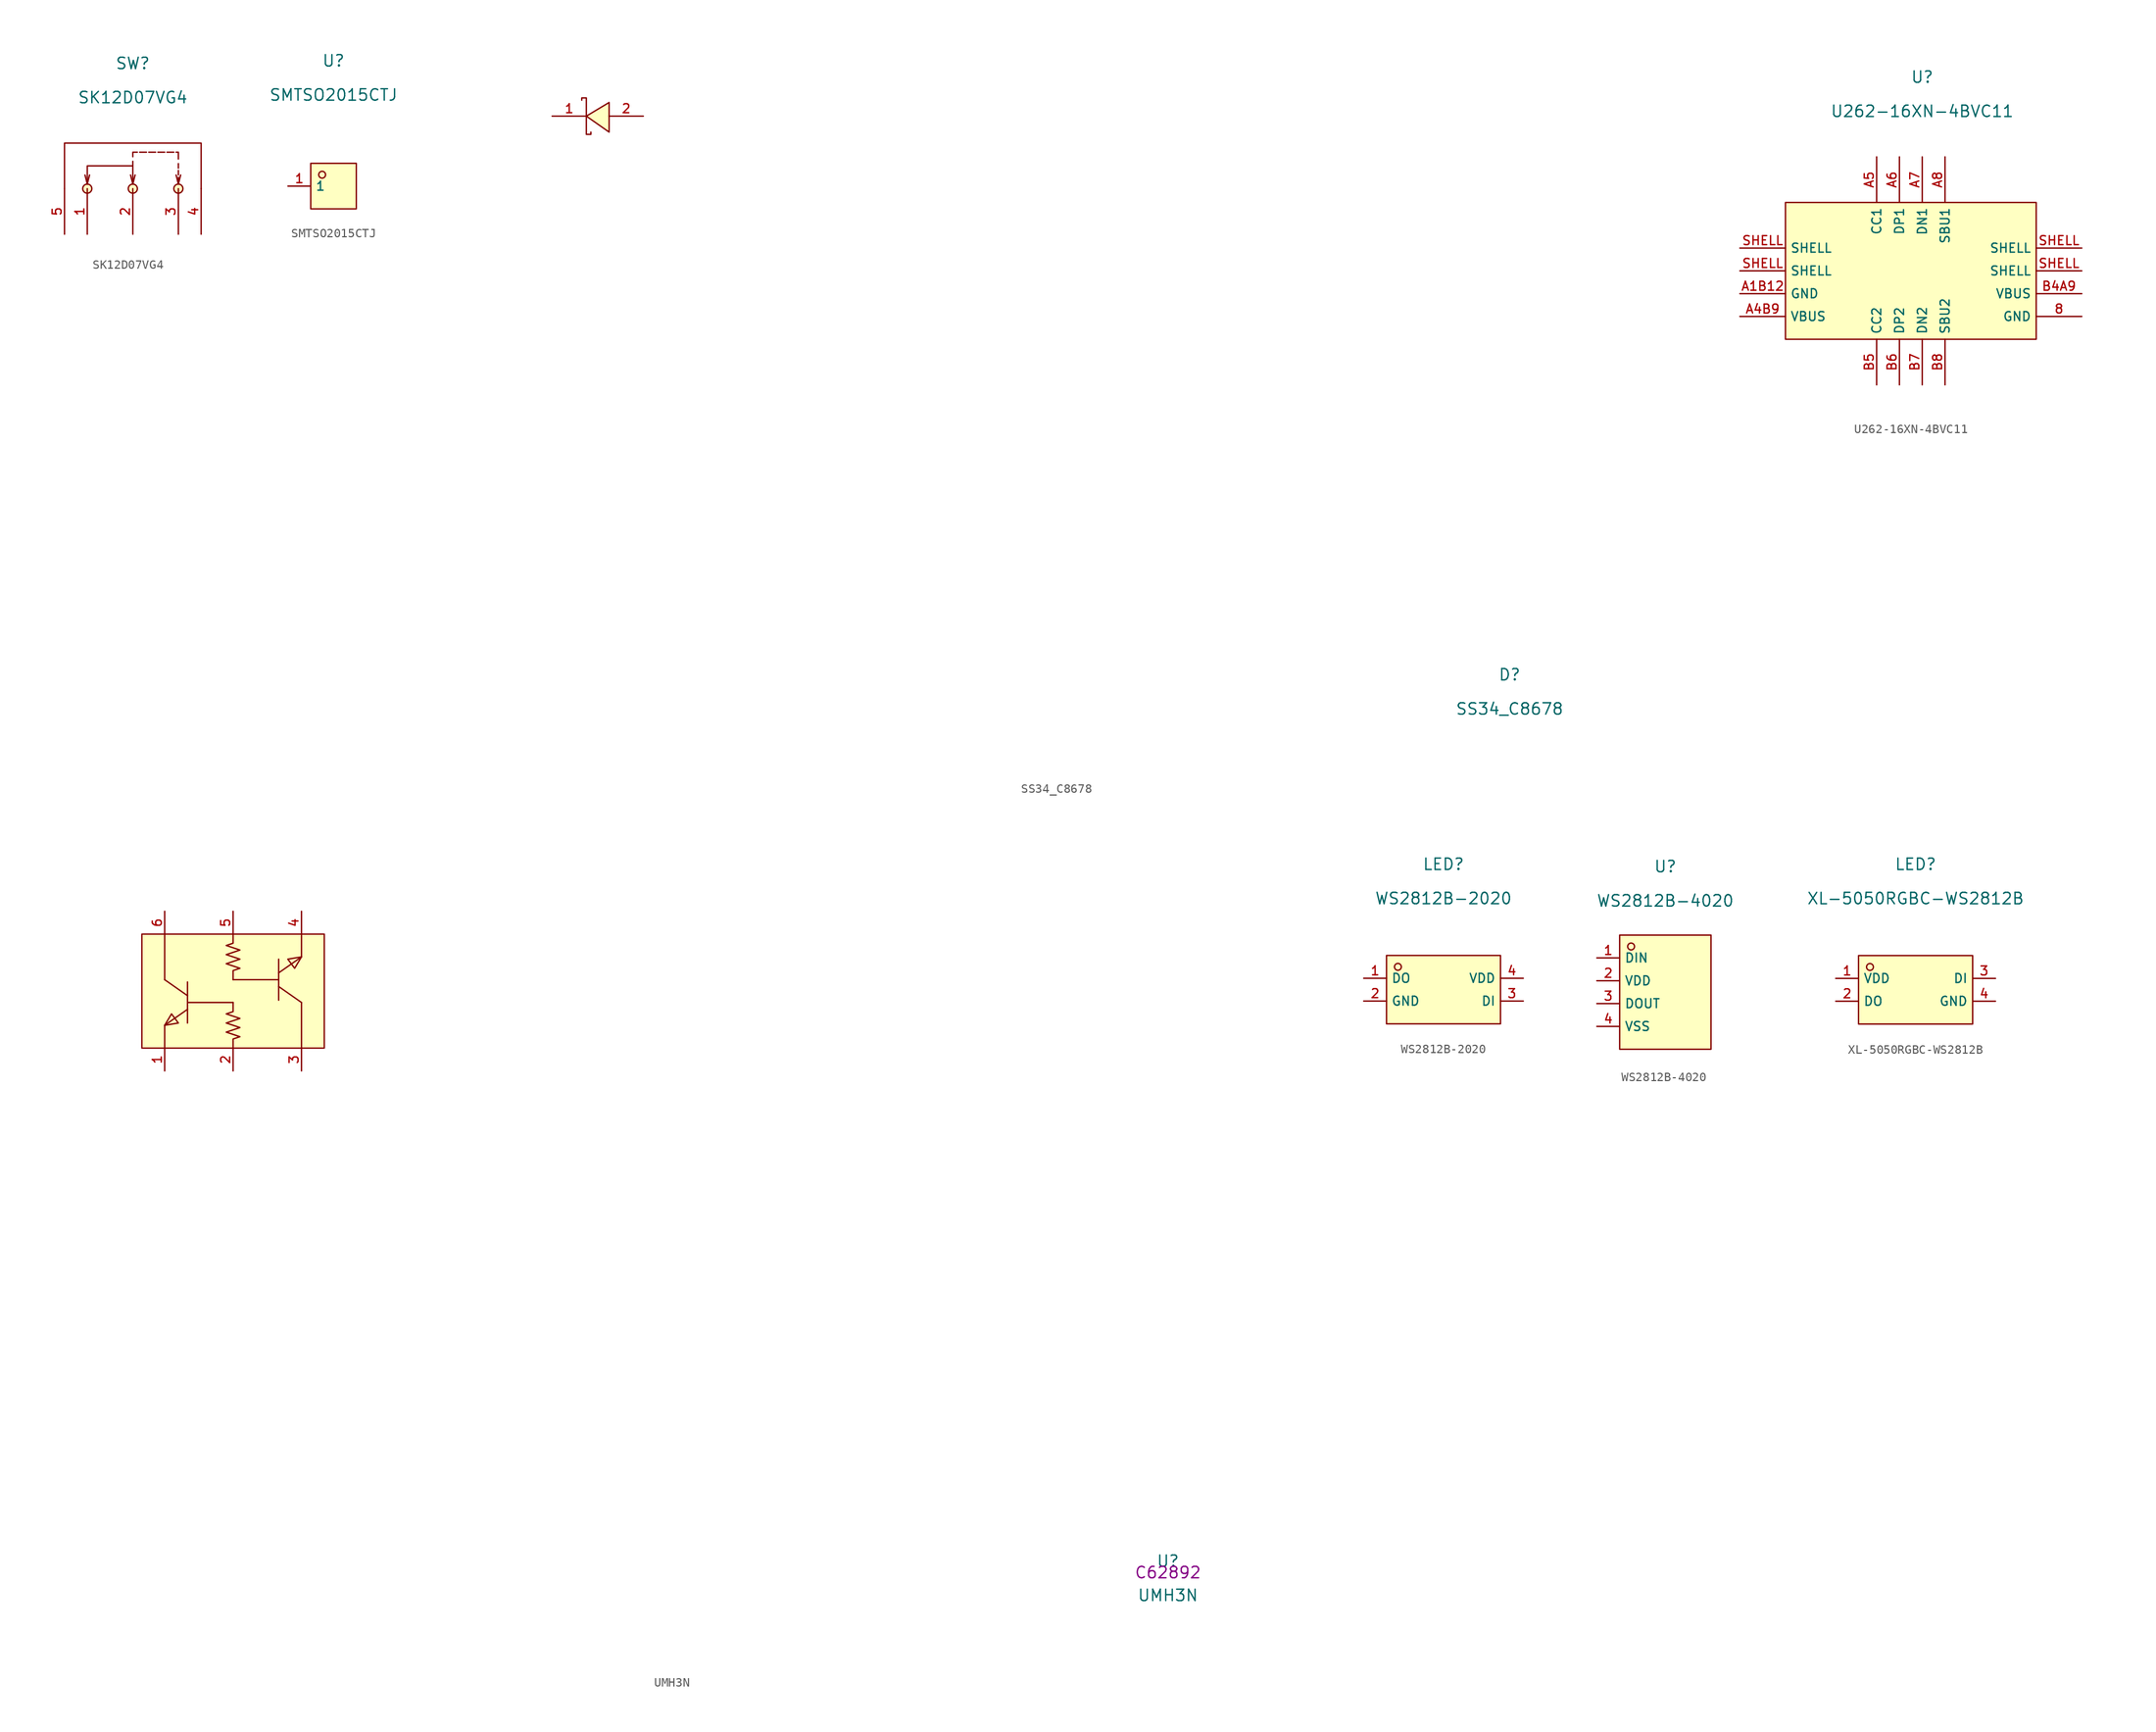
<source format=kicad_sym>
(kicad_symbol_lib
  (version 20211014)
  (generator kicad_symbol_editor)
  (symbol "SK12D07VG4"
    (pin_names hide)
    (property "Reference" "SW"
      (at 0 1.27 0)
      (effects (font (size 1.27 1.27))))
    (property "Value" "SK12D07VG4"
      (at 0 -2.54 0)
      (effects (font (size 1.27 1.27))))
    (symbol "SK12D07VG4_0_0"
      (circle (center -5.08 -12.7) (radius 0.508) (stroke (width 0) (type default) (color 0 0 0 0)) (fill (type background)))
      (circle (center 0 -12.7) (radius 0.508) (stroke (width 0) (type default) (color 0 0 0 0)) (fill (type background)))
      (polyline (pts (xy -5.08 -12.192) (xy -5.334 -11.176)) (stroke (width 0) (type default) (color 0 0 0 0)) (fill (type none)))
      (polyline (pts (xy 0 -12.192) (xy -0.254 -11.176)) (stroke (width 0) (type default) (color 0 0 0 0)) (fill (type none)))
      (polyline (pts (xy 0 -10.16) (xy 0 -9.652)) (stroke (width 0) (type default) (color 0 0 0 0)) (fill (type none)))
      (polyline (pts (xy 0.762 -8.636) (xy 1.524 -8.636)) (stroke (width 0) (type default) (color 0 0 0 0)) (fill (type none)))
      (polyline (pts (xy 1.778 -8.636) (xy 2.54 -8.636)) (stroke (width 0) (type default) (color 0 0 0 0)) (fill (type none)))
      (polyline (pts (xy 2.794 -8.636) (xy 3.556 -8.636)) (stroke (width 0) (type default) (color 0 0 0 0)) (fill (type none)))
      (polyline (pts (xy 3.81 -8.636) (xy 4.572 -8.636)) (stroke (width 0) (type default) (color 0 0 0 0)) (fill (type none)))
      (polyline (pts (xy 5.08 -12.192) (xy 4.826 -11.176)) (stroke (width 0) (type default) (color 0 0 0 0)) (fill (type none)))
      (polyline (pts (xy 5.08 -10.668) (xy 5.08 -11.176)) (stroke (width 0) (type default) (color 0 0 0 0)) (fill (type none)))
      (polyline (pts (xy 5.08 -9.906) (xy 5.08 -10.414)) (stroke (width 0) (type default) (color 0 0 0 0)) (fill (type none)))
      (polyline (pts (xy -5.08 -12.192) (xy -4.826 -11.176) (xy -4.826 -11.176)) (stroke (width 0) (type default) (color 0 0 0 0)) (fill (type none)))
      (polyline (pts (xy 0 -9.144) (xy 0 -8.636) (xy 0.508 -8.636)) (stroke (width 0) (type default) (color 0 0 0 0)) (fill (type none)))
      (polyline (pts (xy 4.826 -8.636) (xy 5.08 -8.636) (xy 5.08 -9.398)) (stroke (width 0) (type default) (color 0 0 0 0)) (fill (type none)))
      (polyline (pts (xy 5.08 -11.43) (xy 5.08 -12.192) (xy 5.334 -11.176)) (stroke (width 0) (type default) (color 0 0 0 0)) (fill (type none)))
      (polyline (pts (xy -7.62 -12.7) (xy -7.62 -7.62) (xy 7.62 -7.62) (xy 7.62 -12.7)) (stroke (width 0) (type default) (color 0 0 0 0)) (fill (type none)))
      (polyline (pts (xy -5.08 -12.192) (xy -5.08 -10.16) (xy 0 -10.16) (xy 0 -12.192) (xy 0.254 -11.176)) (stroke (width 0) (type default) (color 0 0 0 0)) (fill (type none)))
      (circle (center 5.08 -12.7) (radius 0.508) (stroke (width 0) (type default) (color 0 0 0 0)) (fill (type background)))
      (pin unspecified line (at -5.08 -17.78 90) (length 5.08) (name "1" (effects (font (size 1 1)))) (number "1" (effects (font (size 1 1)))))
      (pin unspecified line (at 0 -17.78 90) (length 5.08) (name "2" (effects (font (size 1 1)))) (number "2" (effects (font (size 1 1)))))
      (pin unspecified line (at 5.08 -17.78 90) (length 5.08) (name "3" (effects (font (size 1 1)))) (number "3" (effects (font (size 1 1)))))
      (pin unspecified line (at 7.62 -17.78 90) (length 5.08) (name "4" (effects (font (size 1 1)))) (number "4" (effects (font (size 1 1)))))
      (pin unspecified line (at -7.62 -17.78 90) (length 5.08) (name "5" (effects (font (size 1 1)))) (number "5" (effects (font (size 1 1)))))))
  (symbol "SMTSO2015CTJ"
    (property "Reference" "U"
      (at 0 1.27 0)
      (effects (font (size 1.27 1.27))))
    (property "Value" "SMTSO2015CTJ"
      (at 0 -2.54 0)
      (effects (font (size 1.27 1.27))))
    (symbol "SMTSO2015CTJ_0_0"
      (rectangle (start -2.54 -10.16) (end 2.54 -15.24) (stroke (width 0) (type default) (color 0 0 0 0)) (fill (type background)))
      (circle (center -1.27 -11.43) (radius 0.381) (stroke (width 0) (type default) (color 0 0 0 0)) (fill (type background)))
      (pin unspecified line (at -5.08 -12.7 0) (length 2.54) (name "1" (effects (font (size 1 1)))) (number "1" (effects (font (size 1 1)))))))
  (symbol "SS34_C8678"
    (pin_names hide)
    (property "Reference" "D"
      (at 0 1.27 0)
      (effects (font (size 1.27 1.27))))
    (property "Value" "SS34_C8678"
      (at 0 -2.54 0)
      (effects (font (size 1.27 1.27))))
    (symbol "SS34_C8678_0_0"
      (polyline (pts (xy -102.87 63.5) (xy -102.87 61.468) (xy -102.362 61.468) (xy -102.362 61.722)) (stroke (width 0) (type default) (color 0 0 0 0)) (fill (type none)))
      (polyline (pts (xy -102.87 63.5) (xy -102.87 65.532) (xy -103.378 65.532) (xy -103.378 65.278)) (stroke (width 0) (type default) (color 0 0 0 0)) (fill (type none)))
      (polyline (pts (xy -100.33 65.024) (xy -102.87 63.5) (xy -100.33 61.722) (xy -100.33 65.024)) (stroke (width 0) (type default) (color 0 0 0 0)) (fill (type background)))
      (pin unspecified line (at -106.68 63.5 0) (length 3.81) (name "K" (effects (font (size 1 1)))) (number "1" (effects (font (size 1 1)))))
      (pin unspecified line (at -96.52 63.5 180) (length 3.81) (name "A" (effects (font (size 1 1)))) (number "2" (effects (font (size 1 1)))))))
  (symbol "U262-16XN-4BVC11"
    (property "Reference" "U"
      (at 0 1.27 0)
      (effects (font (size 1.27 1.27))))
    (property "Value" "U262-16XN-4BVC11"
      (at 0 -2.54 0)
      (effects (font (size 1.27 1.27))))
    (symbol "U262-16XN-4BVC11_0_0"
      (rectangle (start -15.24 -12.7) (end 12.7 -27.94) (stroke (width 0) (type default) (color 0 0 0 0)) (fill (type background)))
      (pin unspecified line (at 17.78 -25.4 180) (length 5.08) (name "GND" (effects (font (size 1 1)))) (number "8" (effects (font (size 1 1)))))
      (pin unspecified line (at -20.32 -22.86 0) (length 5.08) (name "GND" (effects (font (size 1 1)))) (number "A1B12" (effects (font (size 1 1)))))
      (pin unspecified line (at -20.32 -25.4 0) (length 5.08) (name "VBUS" (effects (font (size 1 1)))) (number "A4B9" (effects (font (size 1 1)))))
      (pin unspecified line (at -5.08 -7.62 270) (length 5.08) (name "CC1" (effects (font (size 1 1)))) (number "A5" (effects (font (size 1 1)))))
      (pin unspecified line (at -2.54 -7.62 270) (length 5.08) (name "DP1" (effects (font (size 1 1)))) (number "A6" (effects (font (size 1 1)))))
      (pin unspecified line (at 0 -7.62 270) (length 5.08) (name "DN1" (effects (font (size 1 1)))) (number "A7" (effects (font (size 1 1)))))
      (pin unspecified line (at 2.54 -7.62 270) (length 5.08) (name "SBU1" (effects (font (size 1 1)))) (number "A8" (effects (font (size 1 1)))))
      (pin unspecified line (at 17.78 -22.86 180) (length 5.08) (name "VBUS" (effects (font (size 1 1)))) (number "B4A9" (effects (font (size 1 1)))))
      (pin unspecified line (at -5.08 -33.02 90) (length 5.08) (name "CC2" (effects (font (size 1 1)))) (number "B5" (effects (font (size 1 1)))))
      (pin unspecified line (at -2.54 -33.02 90) (length 5.08) (name "DP2" (effects (font (size 1 1)))) (number "B6" (effects (font (size 1 1)))))
      (pin unspecified line (at 0 -33.02 90) (length 5.08) (name "DN2" (effects (font (size 1 1)))) (number "B7" (effects (font (size 1 1)))))
      (pin unspecified line (at 2.54 -33.02 90) (length 5.08) (name "SBU2" (effects (font (size 1 1)))) (number "B8" (effects (font (size 1 1)))))
      (pin unspecified line (at -20.32 -20.32 0) (length 5.08) (name "SHELL" (effects (font (size 1 1)))) (number "SHELL" (effects (font (size 1 1)))))
      (pin unspecified line (at -20.32 -17.78 0) (length 5.08) (name "SHELL" (effects (font (size 1 1)))) (number "SHELL" (effects (font (size 1 1)))))
      (pin unspecified line (at 17.78 -20.32 180) (length 5.08) (name "SHELL" (effects (font (size 1 1)))) (number "SHELL" (effects (font (size 1 1)))))
      (pin unspecified line (at 17.78 -17.78 180) (length 5.08) (name "SHELL" (effects (font (size 1 1)))) (number "SHELL" (effects (font (size 1 1)))))))
  (symbol "UMH3N"
    (pin_names hide)
    (property "Reference" "U"
      (at 0 1.27 0)
      (effects (font (size 1.27 1.27))))
    (property "Value" "UMH3N"
      (at 0 -2.54 0)
      (effects (font (size 1.27 1.27))))
    (property "LCSC #" "C62892"
      (at 0 0 0)
      (effects (font (size 1.27 1.27))))
    (symbol "UMH3N_0_0"
      (rectangle (start -114.3 71.12) (end -93.98 58.42) (stroke (width 0) (type default) (color 0 0 0 0)) (fill (type background)))
      (polyline (pts (xy -111.76 60.96) (xy -111.76 58.42)) (stroke (width 0) (type default) (color 0 0 0 0)) (fill (type none)))
      (polyline (pts (xy -111.76 66.04) (xy -109.22 64.262)) (stroke (width 0) (type default) (color 0 0 0 0)) (fill (type none)))
      (polyline (pts (xy -111.76 71.12) (xy -111.76 66.04)) (stroke (width 0) (type default) (color 0 0 0 0)) (fill (type none)))
      (polyline (pts (xy -109.22 62.738) (xy -111.76 60.96)) (stroke (width 0) (type default) (color 0 0 0 0)) (fill (type none)))
      (polyline (pts (xy -109.22 63.5) (xy -104.14 63.5)) (stroke (width 0) (type default) (color 0 0 0 0)) (fill (type none)))
      (polyline (pts (xy -109.22 65.786) (xy -109.22 61.214)) (stroke (width 0) (type default) (color 0 0 0 0)) (fill (type none)))
      (polyline (pts (xy -104.14 66.04) (xy -99.06 66.04)) (stroke (width 0) (type default) (color 0 0 0 0)) (fill (type none)))
      (polyline (pts (xy -99.06 63.754) (xy -99.06 68.326)) (stroke (width 0) (type default) (color 0 0 0 0)) (fill (type none)))
      (polyline (pts (xy -99.06 66.802) (xy -96.52 68.58)) (stroke (width 0) (type default) (color 0 0 0 0)) (fill (type none)))
      (polyline (pts (xy -96.52 63.5) (xy -99.06 65.278)) (stroke (width 0) (type default) (color 0 0 0 0)) (fill (type none)))
      (polyline (pts (xy -96.52 63.5) (xy -96.52 58.42)) (stroke (width 0) (type default) (color 0 0 0 0)) (fill (type none)))
      (polyline (pts (xy -96.52 71.12) (xy -96.52 68.58)) (stroke (width 0) (type default) (color 0 0 0 0)) (fill (type none)))
      (polyline (pts (xy -111.76 60.96) (xy -110.998 62.23) (xy -110.236 61.214) (xy -111.76 60.96)) (stroke (width 0) (type default) (color 0 0 0 0)) (fill (type background)))
      (polyline (pts (xy -96.52 68.58) (xy -97.282 67.31) (xy -98.044 68.326) (xy -96.52 68.58)) (stroke (width 0) (type default) (color 0 0 0 0)) (fill (type background)))
      (polyline (pts (xy -104.14 63.5) (xy -104.14 62.484) (xy -104.902 62.23) (xy -103.378 61.722) (xy -104.902 61.214) (xy -103.378 60.706) (xy -104.902 60.198) (xy -103.378 59.69) (xy -104.14 59.436) (xy -104.14 58.42)) (stroke (width 0) (type default) (color 0 0 0 0)) (fill (type none)))
      (polyline (pts (xy -104.14 66.04) (xy -104.14 67.056) (xy -103.378 67.31) (xy -104.902 67.818) (xy -103.378 68.326) (xy -104.902 68.834) (xy -103.378 69.342) (xy -104.902 69.85) (xy -104.14 70.104) (xy -104.14 71.12)) (stroke (width 0) (type default) (color 0 0 0 0)) (fill (type none)))
      (pin unspecified line (at -111.76 55.88 90) (length 2.54) (name "E" (effects (font (size 1 1)))) (number "1" (effects (font (size 1 1)))))
      (pin unspecified line (at -104.14 55.88 90) (length 2.54) (name "B" (effects (font (size 1 1)))) (number "2" (effects (font (size 1 1)))))
      (pin unspecified line (at -96.52 55.88 90) (length 2.54) (name "C" (effects (font (size 1 1)))) (number "3" (effects (font (size 1 1)))))
      (pin unspecified line (at -96.52 73.66 270) (length 2.54) (name "E" (effects (font (size 1 1)))) (number "4" (effects (font (size 1 1)))))
      (pin unspecified line (at -104.14 73.66 270) (length 2.54) (name "B" (effects (font (size 1 1)))) (number "5" (effects (font (size 1 1)))))
      (pin unspecified line (at -111.76 73.66 270) (length 2.54) (name "C" (effects (font (size 1 1)))) (number "6" (effects (font (size 1 1)))))))
  (symbol "WS2812B-2020"
    (property "Reference" "LED"
      (at 0 1.27 0)
      (effects (font (size 1.27 1.27))))
    (property "Value" "WS2812B-2020"
      (at 0 -2.54 0)
      (effects (font (size 1.27 1.27))))
    (symbol "WS2812B-2020_0_0"
      (rectangle (start -6.35 -8.89) (end 6.35 -16.51) (stroke (width 0) (type default) (color 0 0 0 0)) (fill (type background)))
      (circle (center -5.08 -10.16) (radius 0.381) (stroke (width 0) (type default) (color 0 0 0 0)) (fill (type background)))
      (pin unspecified line (at -8.89 -11.43 0) (length 2.54) (name "DO" (effects (font (size 1 1)))) (number "1" (effects (font (size 1 1)))))
      (pin unspecified line (at -8.89 -13.97 0) (length 2.54) (name "GND" (effects (font (size 1 1)))) (number "2" (effects (font (size 1 1)))))
      (pin unspecified line (at 8.89 -13.97 180) (length 2.54) (name "DI" (effects (font (size 1 1)))) (number "3" (effects (font (size 1 1)))))
      (pin unspecified line (at 8.89 -11.43 180) (length 2.54) (name "VDD" (effects (font (size 1 1)))) (number "4" (effects (font (size 1 1)))))))
  (symbol "WS2812B-4020"
    (property "Reference" "U"
      (at 0 1.27 0)
      (effects (font (size 1.27 1.27))))
    (property "Value" "WS2812B-4020"
      (at 0 -2.54 0)
      (effects (font (size 1.27 1.27))))
    (symbol "WS2812B-4020_0_0"
      (rectangle (start -5.08 -6.35) (end 5.08 -19.05) (stroke (width 0) (type default) (color 0 0 0 0)) (fill (type background)))
      (circle (center -3.81 -7.62) (radius 0.381) (stroke (width 0) (type default) (color 0 0 0 0)) (fill (type background)))
      (pin unspecified line (at -7.62 -8.89 0) (length 2.54) (name "DIN" (effects (font (size 1 1)))) (number "1" (effects (font (size 1 1)))))
      (pin unspecified line (at -7.62 -11.43 0) (length 2.54) (name "VDD" (effects (font (size 1 1)))) (number "2" (effects (font (size 1 1)))))
      (pin unspecified line (at -7.62 -13.97 0) (length 2.54) (name "DOUT" (effects (font (size 1 1)))) (number "3" (effects (font (size 1 1)))))
      (pin unspecified line (at -7.62 -16.51 0) (length 2.54) (name "VSS" (effects (font (size 1 1)))) (number "4" (effects (font (size 1 1)))))))
  (symbol "XL-5050RGBC-WS2812B"
    (property "Reference" "LED"
      (at 0 1.27 0)
      (effects (font (size 1.27 1.27))))
    (property "Value" "XL-5050RGBC-WS2812B"
      (at 0 -2.54 0)
      (effects (font (size 1.27 1.27))))
    (symbol "XL-5050RGBC-WS2812B_0_0"
      (rectangle (start -6.35 -8.89) (end 6.35 -16.51) (stroke (width 0) (type default) (color 0 0 0 0)) (fill (type background)))
      (circle (center -5.08 -10.16) (radius 0.381) (stroke (width 0) (type default) (color 0 0 0 0)) (fill (type background)))
      (pin unspecified line (at -8.89 -11.43 0) (length 2.54) (name "VDD" (effects (font (size 1 1)))) (number "1" (effects (font (size 1 1)))))
      (pin unspecified line (at -8.89 -13.97 0) (length 2.54) (name "DO" (effects (font (size 1 1)))) (number "2" (effects (font (size 1 1)))))
      (pin unspecified line (at 8.89 -11.43 180) (length 2.54) (name "DI" (effects (font (size 1 1)))) (number "3" (effects (font (size 1 1)))))
      (pin unspecified line (at 8.89 -13.97 180) (length 2.54) (name "GND" (effects (font (size 1 1)))) (number "4" (effects (font (size 1 1))))))))
</source>
